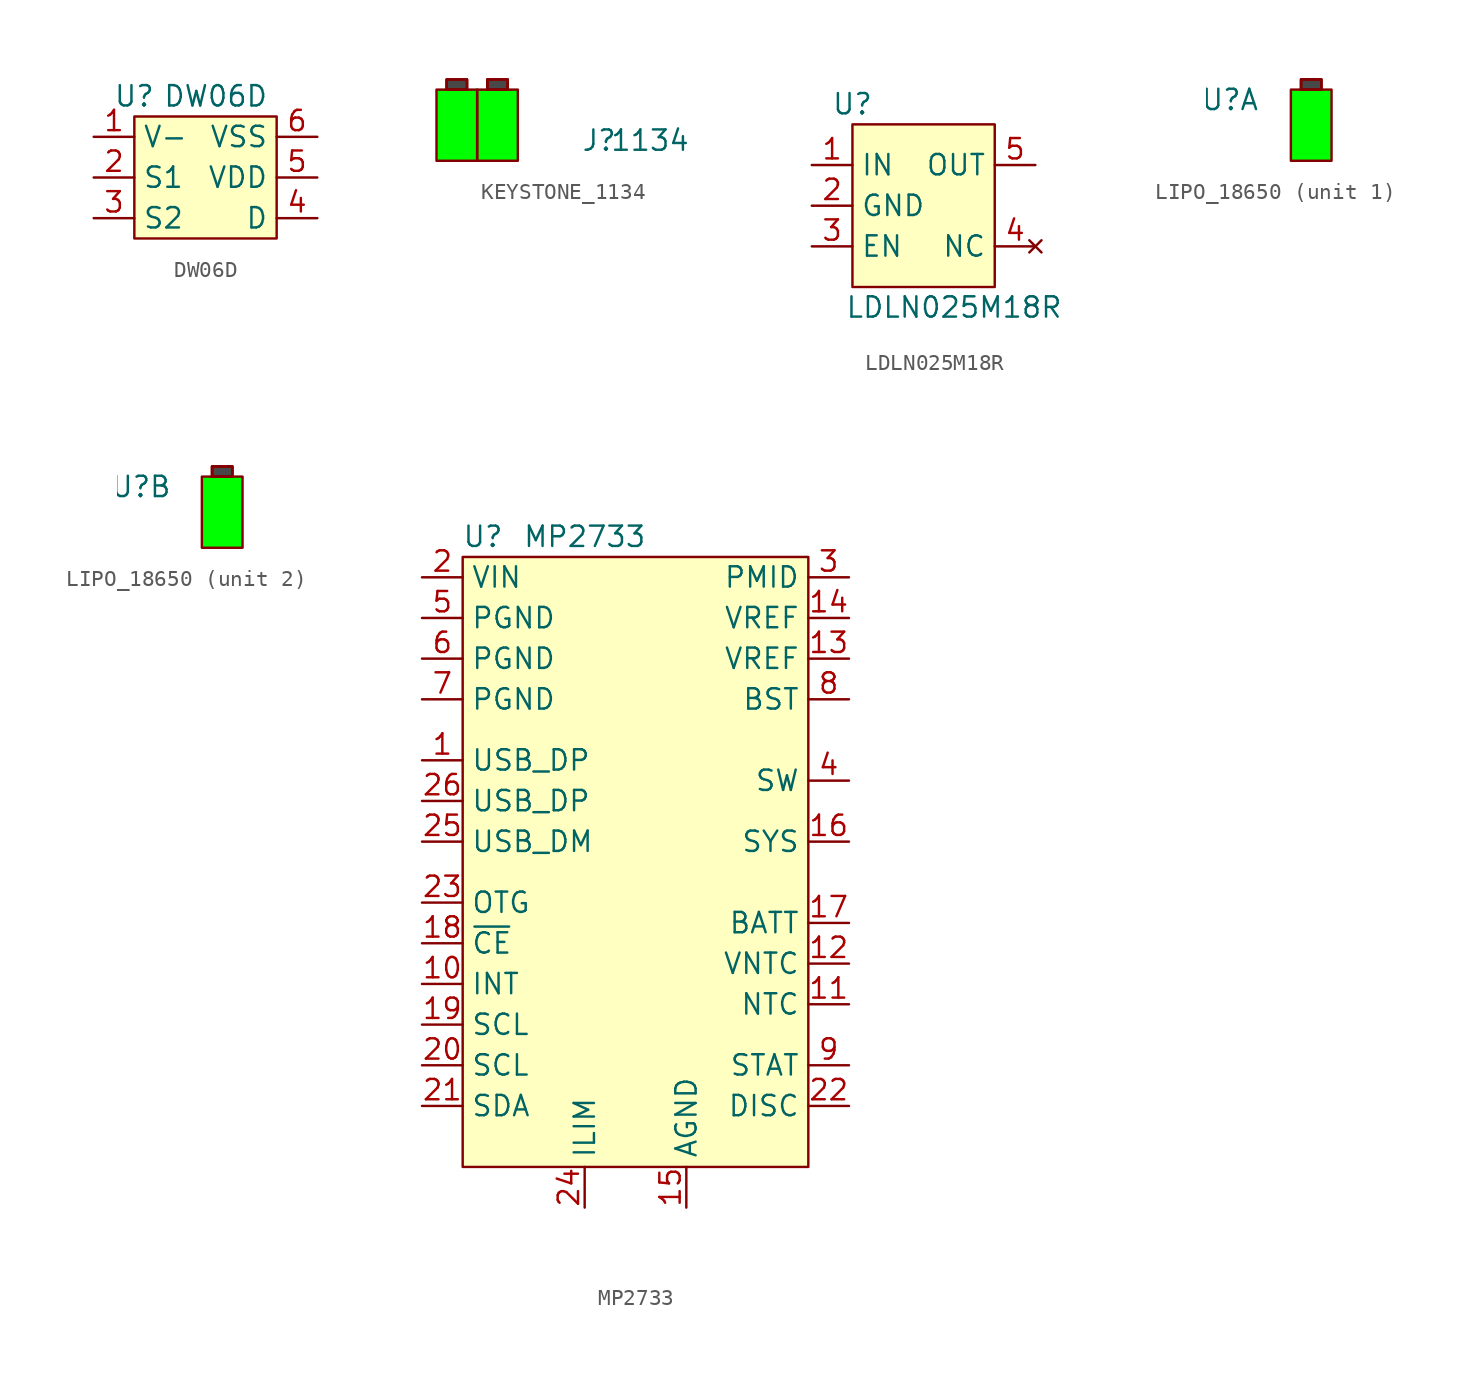
<source format=kicad_sym>
(kicad_symbol_lib
  (version 20220914)
  (generator kicad_symbol_editor)
  (symbol "DW06D"
    (property "Reference" "U"
      (at 0 8.89 0)
      (effects (font (size 1.27 1.27))))
    (property "Value" "DW06D"
      (at 5.08 8.89 0)
      (effects (font (size 1.27 1.27))))
    (symbol "DW06D_1_1"
      (rectangle (start 0 7.62) (end 8.89 0) (stroke (width 0) (type default)) (fill (type background)))
      (pin power_in line (at -2.54 6.35 0) (length 2.54) (name "V-" (effects (font (size 1.27 1.27)))) (number "1" (effects (font (size 1.27 1.27)))))
      (pin power_in line (at -2.54 3.81 0) (length 2.54) (name "S1" (effects (font (size 1.27 1.27)))) (number "2" (effects (font (size 1.27 1.27)))))
      (pin power_in line (at -2.54 1.27 0) (length 2.54) (name "S2" (effects (font (size 1.27 1.27)))) (number "3" (effects (font (size 1.27 1.27)))))
      (pin power_in line (at 11.43 1.27 180) (length 2.54) (name "D" (effects (font (size 1.27 1.27)))) (number "4" (effects (font (size 1.27 1.27)))))
      (pin power_in line (at 11.43 3.81 180) (length 2.54) (name "VDD" (effects (font (size 1.27 1.27)))) (number "5" (effects (font (size 1.27 1.27)))))
      (pin power_in line (at 11.43 6.35 180) (length 2.54) (name "VSS" (effects (font (size 1.27 1.27)))) (number "6" (effects (font (size 1.27 1.27)))))))
  (symbol "KEYSTONE_1134"
    (property "Reference" "J"
      (at 12.7 4.445 0)
      (effects (font (size 1.27 1.27))))
    (property "Value" "1134"
      (at 15.875 4.445 0)
      (effects (font (size 1.27 1.27))))
    (symbol "KEYSTONE_1134_1_1"
      (polyline (pts (xy 3.175 7.62) (xy 3.175 8.255) (xy 4.445 8.255) (xy 4.445 7.62)) (stroke (width 0) (type default)) (fill (type color) (color 72 72 72 1)))
      (polyline (pts (xy 5.715 7.62) (xy 5.715 8.255) (xy 6.985 8.255) (xy 6.985 7.62)) (stroke (width 0) (type default)) (fill (type color) (color 72 72 72 1)))
      (rectangle (start 2.54 7.62) (end 5.08 3.175) (stroke (width 0) (type default)) (fill (type color) (color 0 255 0 1)))
      (rectangle (start 3.175 8.255) (end 4.445 7.62) (stroke (width 0) (type default)) (fill (type none)))
      (rectangle (start 3.175 8.255) (end 4.445 7.62) (stroke (width 0) (type default)) (fill (type none)))
      (rectangle (start 5.08 7.62) (end 7.62 3.175) (stroke (width 0) (type default)) (fill (type color) (color 0 255 0 1)))
      (rectangle (start 5.715 8.255) (end 6.985 7.62) (stroke (width 0) (type default)) (fill (type none)))
      (rectangle (start 5.715 8.255) (end 6.985 7.62) (stroke (width 0) (type default)) (fill (type none)))
      (pin power_in line (at 3.81 8.255 270) (length 1) hide (name "POSITIVE" (effects (font (size 1.27 1.27)))) (number "1" (effects (font (size 1.27 1.27)))))
      (pin power_in line (at 3.81 3.175 90) (length 1) hide (name "NEGATIVE" (effects (font (size 1.27 1.27)))) (number "2" (effects (font (size 1.27 1.27)))))
      (pin power_in line (at 6.35 8.255 270) (length 1) hide (name "POSITIVE" (effects (font (size 1.27 1.27)))) (number "3" (effects (font (size 1.27 1.27)))))
      (pin power_in line (at 6.35 3.175 90) (length 1) hide (name "NEGATIVE" (effects (font (size 1.27 1.27)))) (number "4" (effects (font (size 1.27 1.27)))))))
  (symbol "LDLN025M18R"
    (property "Reference" "U"
      (at 2.54 11.43 0)
      (effects (font (size 1.27 1.27))))
    (property "Value" "LDLN025M18R"
      (at 8.89 -1.27 0)
      (effects (font (size 1.27 1.27))))
    (symbol "LDLN025M18R_1_1"
      (rectangle (start 2.54 10.16) (end 11.43 0) (stroke (width 0) (type default)) (fill (type background)))
      (pin power_in line (at 0 7.62 0) (length 2.54) (name "IN" (effects (font (size 1.27 1.27)))) (number "1" (effects (font (size 1.27 1.27)))))
      (pin power_in line (at 0 5.08 0) (length 2.54) (name "GND" (effects (font (size 1.27 1.27)))) (number "2" (effects (font (size 1.27 1.27)))))
      (pin input line (at 0 2.54 0) (length 2.54) (name "EN" (effects (font (size 1.27 1.27)))) (number "3" (effects (font (size 1.27 1.27)))))
      (pin no_connect line (at 13.97 2.54 180) (length 2.54) (name "NC" (effects (font (size 1.27 1.27)))) (number "4" (effects (font (size 1.27 1.27)))))
      (pin power_out line (at 13.97 7.62 180) (length 2.54) (name "OUT" (effects (font (size 1.27 1.27)))) (number "5" (effects (font (size 1.27 1.27)))))))
  (symbol "LIPO_18650"
    (property "Reference" "U"
      (at -3.81 3.81 0)
      (effects (font (size 1.27 1.27))))
    (property "Value" ""
      (at -3.81 3.81 0)
      (effects (font (size 1.27 1.27))))
    (property "ki_locked" ""
      (at 0 0 0)
      (effects (font (size 1.27 1.27))))
    (symbol "LIPO_18650_1_1"
      (polyline (pts (xy 0.635 4.445) (xy 0.635 5.08) (xy 1.905 5.08) (xy 1.905 4.445)) (stroke (width 0) (type default)) (fill (type color) (color 72 72 72 1)))
      (rectangle (start 0 4.445) (end 2.54 0) (stroke (width 0) (type default)) (fill (type color) (color 0 255 0 1)))
      (rectangle (start 0.635 5.08) (end 1.905 4.445) (stroke (width 0) (type default)) (fill (type none)))
      (rectangle (start 0.635 5.08) (end 1.905 4.445) (stroke (width 0) (type default)) (fill (type none)))
      (pin power_in line (at 1.27 5.08 270) (length 1) hide (name "POSITIVE_2" (effects (font (size 1.27 1.27)))) (number "3" (effects (font (size 1.27 1.27)))))
      (pin power_in line (at 1.27 0 90) (length 1) hide (name "NEGATIVE_2" (effects (font (size 1.27 1.27)))) (number "4" (effects (font (size 1.27 1.27))))))
    (symbol "LIPO_18650_2_1"
      (polyline (pts (xy 0.635 4.445) (xy 0.635 5.08) (xy 1.905 5.08) (xy 1.905 4.445)) (stroke (width 0) (type default)) (fill (type color) (color 72 72 72 1)))
      (rectangle (start 0 4.445) (end 2.54 0) (stroke (width 0) (type default)) (fill (type color) (color 0 255 0 1)))
      (rectangle (start 0.635 5.08) (end 1.905 4.445) (stroke (width 0) (type default)) (fill (type none)))
      (rectangle (start 0.635 5.08) (end 1.905 4.445) (stroke (width 0) (type default)) (fill (type none)))
      (pin power_in line (at 1.27 5.08 270) (length 1) hide (name "POSITIVE_1" (effects (font (size 1.27 1.27)))) (number "1" (effects (font (size 1.27 1.27)))))
      (pin power_in line (at 1.27 0 90) (length 1) hide (name "NEGATIVE_1" (effects (font (size 1.27 1.27)))) (number "2" (effects (font (size 1.27 1.27)))))))
  (symbol "MP2733"
    (property "Reference" "U"
      (at 1.27 39.37 0)
      (effects (font (size 1.27 1.27))))
    (property "Value" "MP2733"
      (at 7.62 39.37 0)
      (effects (font (size 1.27 1.27))))
    (symbol "MP2733_1_1"
      (rectangle (start 0 38.1) (end 21.59 0) (stroke (width 0) (type default)) (fill (type background)))
      (pin bidirectional line (at -2.54 25.4 0) (length 2.54) (name "USB_DP" (effects (font (size 1.27 1.27)))) (number "1" (effects (font (size 1.27 1.27)))))
      (pin input line (at -2.54 11.43 0) (length 2.54) (name "INT" (effects (font (size 1.27 1.27)))) (number "10" (effects (font (size 1.27 1.27)))))
      (pin input line (at 24.13 10.16 180) (length 2.54) (name "NTC" (effects (font (size 1.27 1.27)))) (number "11" (effects (font (size 1.27 1.27)))))
      (pin power_out line (at 24.13 12.7 180) (length 2.54) (name "VNTC" (effects (font (size 1.27 1.27)))) (number "12" (effects (font (size 1.27 1.27)))))
      (pin power_out line (at 24.13 31.75 180) (length 2.54) (name "VREF" (effects (font (size 1.27 1.27)))) (number "13" (effects (font (size 1.27 1.27)))))
      (pin power_out line (at 24.13 34.29 180) (length 2.54) (name "VREF" (effects (font (size 1.27 1.27)))) (number "14" (effects (font (size 1.27 1.27)))))
      (pin power_in line (at 13.97 -2.54 90) (length 2.54) (name "AGND" (effects (font (size 1.27 1.27)))) (number "15" (effects (font (size 1.27 1.27)))))
      (pin power_out line (at 24.13 20.32 180) (length 2.54) (name "SYS" (effects (font (size 1.27 1.27)))) (number "16" (effects (font (size 1.27 1.27)))))
      (pin power_out line (at 24.13 15.24 180) (length 2.54) (name "BATT" (effects (font (size 1.27 1.27)))) (number "17" (effects (font (size 1.27 1.27)))))
      (pin input line (at -2.54 13.97 0) (length 2.54) (name "~{CE}" (effects (font (size 1.27 1.27)))) (number "18" (effects (font (size 1.27 1.27)))))
      (pin input line (at -2.54 8.89 0) (length 2.54) (name "SCL" (effects (font (size 1.27 1.27)))) (number "19" (effects (font (size 1.27 1.27)))))
      (pin power_in line (at -2.54 36.83 0) (length 2.54) (name "VIN" (effects (font (size 1.27 1.27)))) (number "2" (effects (font (size 1.27 1.27)))))
      (pin input line (at -2.54 6.35 0) (length 2.54) (name "SCL" (effects (font (size 1.27 1.27)))) (number "20" (effects (font (size 1.27 1.27)))))
      (pin bidirectional line (at -2.54 3.81 0) (length 2.54) (name "SDA" (effects (font (size 1.27 1.27)))) (number "21" (effects (font (size 1.27 1.27)))))
      (pin input line (at 24.13 3.81 180) (length 2.54) (name "DISC" (effects (font (size 1.27 1.27)))) (number "22" (effects (font (size 1.27 1.27)))))
      (pin input line (at -2.54 16.51 0) (length 2.54) (name "OTG" (effects (font (size 1.27 1.27)))) (number "23" (effects (font (size 1.27 1.27)))))
      (pin input line (at 7.62 -2.54 90) (length 2.54) (name "ILIM" (effects (font (size 1.27 1.27)))) (number "24" (effects (font (size 1.27 1.27)))))
      (pin bidirectional line (at -2.54 20.32 0) (length 2.54) (name "USB_DM" (effects (font (size 1.27 1.27)))) (number "25" (effects (font (size 1.27 1.27)))))
      (pin bidirectional line (at -2.54 22.86 0) (length 2.54) (name "USB_DP" (effects (font (size 1.27 1.27)))) (number "26" (effects (font (size 1.27 1.27)))))
      (pin power_out line (at 24.13 36.83 180) (length 2.54) (name "PMID" (effects (font (size 1.27 1.27)))) (number "3" (effects (font (size 1.27 1.27)))))
      (pin power_out line (at 24.13 24.13 180) (length 2.54) (name "SW" (effects (font (size 1.27 1.27)))) (number "4" (effects (font (size 1.27 1.27)))))
      (pin power_in line (at -2.54 34.29 0) (length 2.54) (name "PGND" (effects (font (size 1.27 1.27)))) (number "5" (effects (font (size 1.27 1.27)))))
      (pin power_in line (at -2.54 31.75 0) (length 2.54) (name "PGND" (effects (font (size 1.27 1.27)))) (number "6" (effects (font (size 1.27 1.27)))))
      (pin power_in line (at -2.54 29.21 0) (length 2.54) (name "PGND" (effects (font (size 1.27 1.27)))) (number "7" (effects (font (size 1.27 1.27)))))
      (pin power_out line (at 24.13 29.21 180) (length 2.54) (name "BST" (effects (font (size 1.27 1.27)))) (number "8" (effects (font (size 1.27 1.27)))))
      (pin open_collector line (at 24.13 6.35 180) (length 2.54) (name "STAT" (effects (font (size 1.27 1.27)))) (number "9" (effects (font (size 1.27 1.27))))))))
</source>
